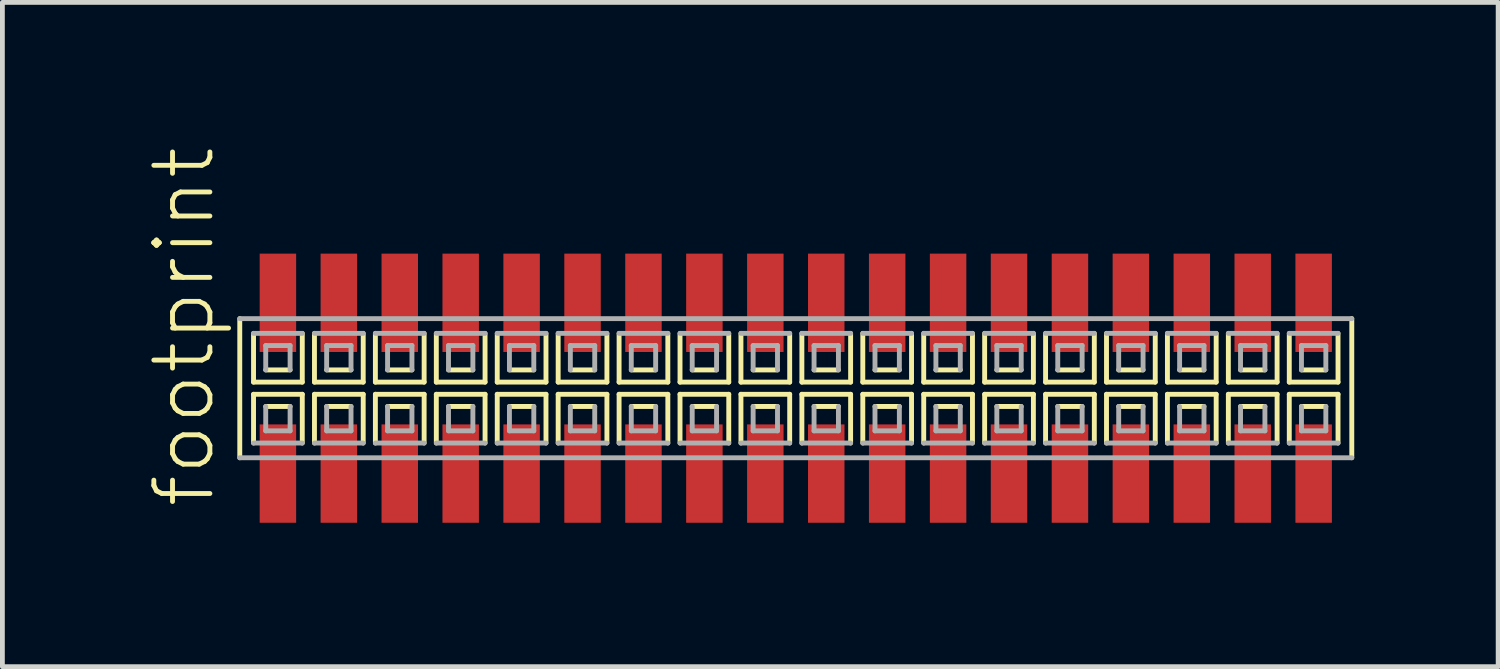
<source format=kicad_pcb>
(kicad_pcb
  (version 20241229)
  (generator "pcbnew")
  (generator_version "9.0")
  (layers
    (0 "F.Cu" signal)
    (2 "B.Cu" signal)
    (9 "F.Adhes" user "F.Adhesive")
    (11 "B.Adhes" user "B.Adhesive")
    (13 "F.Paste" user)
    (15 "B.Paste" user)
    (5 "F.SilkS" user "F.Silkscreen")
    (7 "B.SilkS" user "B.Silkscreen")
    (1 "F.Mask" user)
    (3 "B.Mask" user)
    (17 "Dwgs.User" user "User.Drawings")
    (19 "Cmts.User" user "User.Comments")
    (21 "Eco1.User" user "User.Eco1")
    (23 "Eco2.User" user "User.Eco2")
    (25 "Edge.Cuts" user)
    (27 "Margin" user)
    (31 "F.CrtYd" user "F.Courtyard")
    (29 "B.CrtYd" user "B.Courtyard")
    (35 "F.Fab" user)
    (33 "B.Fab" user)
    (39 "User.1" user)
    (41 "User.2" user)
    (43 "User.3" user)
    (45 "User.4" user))
  (footprint "footprint"
    (layer "F.Cu")
    (at 13.538 5.042)
    (property "Reference" "footprint" (at -12.065 2.54 90) (layer "F.SilkS") (effects (font (size 1.168 1.168) (thickness 0.102)) (justify left bottom)))
    (fp_line (start -11.59 -1.45) (end -11.59 1.45) (stroke (width 0.102) (type solid)) (layer "F.SilkS"))
    (fp_line (start -11.303 -1.143) (end -11.303 -0.127) (stroke (width 0.102) (type solid)) (layer "F.SilkS"))
    (fp_line (start -11.303 -0.127) (end -10.287 -0.127) (stroke (width 0.102) (type solid)) (layer "F.SilkS"))
    (fp_line (start -11.303 0.127) (end -11.303 1.143) (stroke (width 0.102) (type solid)) (layer "F.SilkS"))
    (fp_line (start -11.049 -0.381) (end -10.541 -0.381) (stroke (width 0.102) (type solid)) (layer "F.SilkS"))
    (fp_line (start -10.541 0.381) (end -11.049 0.381) (stroke (width 0.102) (type solid)) (layer "F.SilkS"))
    (fp_line (start -10.287 -0.127) (end -10.287 -1.143) (stroke (width 0.102) (type solid)) (layer "F.SilkS"))
    (fp_line (start -10.287 0.127) (end -11.303 0.127) (stroke (width 0.102) (type solid)) (layer "F.SilkS"))
    (fp_line (start -10.287 1.143) (end -10.287 0.127) (stroke (width 0.102) (type solid)) (layer "F.SilkS"))
    (fp_line (start -10.033 -1.143) (end -10.033 -0.127) (stroke (width 0.102) (type solid)) (layer "F.SilkS"))
    (fp_line (start -10.033 -0.127) (end -9.017 -0.127) (stroke (width 0.102) (type solid)) (layer "F.SilkS"))
    (fp_line (start -10.033 0.127) (end -10.033 1.143) (stroke (width 0.102) (type solid)) (layer "F.SilkS"))
    (fp_line (start -9.779 -0.381) (end -9.271 -0.381) (stroke (width 0.102) (type solid)) (layer "F.SilkS"))
    (fp_line (start -9.271 0.381) (end -9.779 0.381) (stroke (width 0.102) (type solid)) (layer "F.SilkS"))
    (fp_line (start -9.017 -0.127) (end -9.017 -1.143) (stroke (width 0.102) (type solid)) (layer "F.SilkS"))
    (fp_line (start -9.017 0.127) (end -10.033 0.127) (stroke (width 0.102) (type solid)) (layer "F.SilkS"))
    (fp_line (start -9.017 1.143) (end -9.017 0.127) (stroke (width 0.102) (type solid)) (layer "F.SilkS"))
    (fp_line (start -8.763 -1.143) (end -8.763 -0.127) (stroke (width 0.102) (type solid)) (layer "F.SilkS"))
    (fp_line (start -8.763 -0.127) (end -7.747 -0.127) (stroke (width 0.102) (type solid)) (layer "F.SilkS"))
    (fp_line (start -8.763 0.127) (end -8.763 1.143) (stroke (width 0.102) (type solid)) (layer "F.SilkS"))
    (fp_line (start -8.509 -0.381) (end -8.001 -0.381) (stroke (width 0.102) (type solid)) (layer "F.SilkS"))
    (fp_line (start -8.001 0.381) (end -8.509 0.381) (stroke (width 0.102) (type solid)) (layer "F.SilkS"))
    (fp_line (start -7.747 -0.127) (end -7.747 -1.143) (stroke (width 0.102) (type solid)) (layer "F.SilkS"))
    (fp_line (start -7.747 0.127) (end -8.763 0.127) (stroke (width 0.102) (type solid)) (layer "F.SilkS"))
    (fp_line (start -7.747 1.143) (end -7.747 0.127) (stroke (width 0.102) (type solid)) (layer "F.SilkS"))
    (fp_line (start -7.493 -1.143) (end -7.493 -0.127) (stroke (width 0.102) (type solid)) (layer "F.SilkS"))
    (fp_line (start -7.493 -0.127) (end -6.477 -0.127) (stroke (width 0.102) (type solid)) (layer "F.SilkS"))
    (fp_line (start -7.493 0.127) (end -7.493 1.143) (stroke (width 0.102) (type solid)) (layer "F.SilkS"))
    (fp_line (start -7.239 -0.381) (end -6.731 -0.381) (stroke (width 0.102) (type solid)) (layer "F.SilkS"))
    (fp_line (start -6.731 0.381) (end -7.239 0.381) (stroke (width 0.102) (type solid)) (layer "F.SilkS"))
    (fp_line (start -6.477 -0.127) (end -6.477 -1.143) (stroke (width 0.102) (type solid)) (layer "F.SilkS"))
    (fp_line (start -6.477 0.127) (end -7.493 0.127) (stroke (width 0.102) (type solid)) (layer "F.SilkS"))
    (fp_line (start -6.477 1.143) (end -6.477 0.127) (stroke (width 0.102) (type solid)) (layer "F.SilkS"))
    (fp_line (start -6.223 -1.143) (end -6.223 -0.127) (stroke (width 0.102) (type solid)) (layer "F.SilkS"))
    (fp_line (start -6.223 -0.127) (end -5.207 -0.127) (stroke (width 0.102) (type solid)) (layer "F.SilkS"))
    (fp_line (start -6.223 0.127) (end -6.223 1.143) (stroke (width 0.102) (type solid)) (layer "F.SilkS"))
    (fp_line (start -5.969 -0.381) (end -5.461 -0.381) (stroke (width 0.102) (type solid)) (layer "F.SilkS"))
    (fp_line (start -5.461 0.381) (end -5.969 0.381) (stroke (width 0.102) (type solid)) (layer "F.SilkS"))
    (fp_line (start -5.207 -0.127) (end -5.207 -1.143) (stroke (width 0.102) (type solid)) (layer "F.SilkS"))
    (fp_line (start -5.207 0.127) (end -6.223 0.127) (stroke (width 0.102) (type solid)) (layer "F.SilkS"))
    (fp_line (start -5.207 1.143) (end -5.207 0.127) (stroke (width 0.102) (type solid)) (layer "F.SilkS"))
    (fp_line (start -4.953 -1.143) (end -4.953 -0.127) (stroke (width 0.102) (type solid)) (layer "F.SilkS"))
    (fp_line (start -4.953 -0.127) (end -3.937 -0.127) (stroke (width 0.102) (type solid)) (layer "F.SilkS"))
    (fp_line (start -4.953 0.127) (end -4.953 1.143) (stroke (width 0.102) (type solid)) (layer "F.SilkS"))
    (fp_line (start -4.699 -0.381) (end -4.191 -0.381) (stroke (width 0.102) (type solid)) (layer "F.SilkS"))
    (fp_line (start -4.191 0.381) (end -4.699 0.381) (stroke (width 0.102) (type solid)) (layer "F.SilkS"))
    (fp_line (start -3.937 -0.127) (end -3.937 -1.143) (stroke (width 0.102) (type solid)) (layer "F.SilkS"))
    (fp_line (start -3.937 0.127) (end -4.953 0.127) (stroke (width 0.102) (type solid)) (layer "F.SilkS"))
    (fp_line (start -3.937 1.143) (end -3.937 0.127) (stroke (width 0.102) (type solid)) (layer "F.SilkS"))
    (fp_line (start -3.683 -1.143) (end -3.683 -0.127) (stroke (width 0.102) (type solid)) (layer "F.SilkS"))
    (fp_line (start -3.683 -0.127) (end -2.667 -0.127) (stroke (width 0.102) (type solid)) (layer "F.SilkS"))
    (fp_line (start -3.683 0.127) (end -3.683 1.143) (stroke (width 0.102) (type solid)) (layer "F.SilkS"))
    (fp_line (start -3.429 -0.381) (end -2.921 -0.381) (stroke (width 0.102) (type solid)) (layer "F.SilkS"))
    (fp_line (start -2.921 0.381) (end -3.429 0.381) (stroke (width 0.102) (type solid)) (layer "F.SilkS"))
    (fp_line (start -2.667 -0.127) (end -2.667 -1.143) (stroke (width 0.102) (type solid)) (layer "F.SilkS"))
    (fp_line (start -2.667 0.127) (end -3.683 0.127) (stroke (width 0.102) (type solid)) (layer "F.SilkS"))
    (fp_line (start -2.667 1.143) (end -2.667 0.127) (stroke (width 0.102) (type solid)) (layer "F.SilkS"))
    (fp_line (start -2.413 -1.143) (end -2.413 -0.127) (stroke (width 0.102) (type solid)) (layer "F.SilkS"))
    (fp_line (start -2.413 -0.127) (end -1.397 -0.127) (stroke (width 0.102) (type solid)) (layer "F.SilkS"))
    (fp_line (start -2.413 0.127) (end -2.413 1.143) (stroke (width 0.102) (type solid)) (layer "F.SilkS"))
    (fp_line (start -2.159 -0.381) (end -1.651 -0.381) (stroke (width 0.102) (type solid)) (layer "F.SilkS"))
    (fp_line (start -1.651 0.381) (end -2.159 0.381) (stroke (width 0.102) (type solid)) (layer "F.SilkS"))
    (fp_line (start -1.397 -0.127) (end -1.397 -1.143) (stroke (width 0.102) (type solid)) (layer "F.SilkS"))
    (fp_line (start -1.397 0.127) (end -2.413 0.127) (stroke (width 0.102) (type solid)) (layer "F.SilkS"))
    (fp_line (start -1.397 1.143) (end -1.397 0.127) (stroke (width 0.102) (type solid)) (layer "F.SilkS"))
    (fp_line (start -1.143 -1.143) (end -1.143 -0.127) (stroke (width 0.102) (type solid)) (layer "F.SilkS"))
    (fp_line (start -1.143 -0.127) (end -0.127 -0.127) (stroke (width 0.102) (type solid)) (layer "F.SilkS"))
    (fp_line (start -1.143 0.127) (end -1.143 1.143) (stroke (width 0.102) (type solid)) (layer "F.SilkS"))
    (fp_line (start -0.889 -0.381) (end -0.381 -0.381) (stroke (width 0.102) (type solid)) (layer "F.SilkS"))
    (fp_line (start -0.381 0.381) (end -0.889 0.381) (stroke (width 0.102) (type solid)) (layer "F.SilkS"))
    (fp_line (start -0.127 -0.127) (end -0.127 -1.143) (stroke (width 0.102) (type solid)) (layer "F.SilkS"))
    (fp_line (start -0.127 0.127) (end -1.143 0.127) (stroke (width 0.102) (type solid)) (layer "F.SilkS"))
    (fp_line (start -0.127 1.143) (end -0.127 0.127) (stroke (width 0.102) (type solid)) (layer "F.SilkS"))
    (fp_line (start 0.127 -1.143) (end 0.127 -0.127) (stroke (width 0.102) (type solid)) (layer "F.SilkS"))
    (fp_line (start 0.127 -0.127) (end 1.143 -0.127) (stroke (width 0.102) (type solid)) (layer "F.SilkS"))
    (fp_line (start 0.127 0.127) (end 0.127 1.143) (stroke (width 0.102) (type solid)) (layer "F.SilkS"))
    (fp_line (start 0.381 -0.381) (end 0.889 -0.381) (stroke (width 0.102) (type solid)) (layer "F.SilkS"))
    (fp_line (start 0.889 0.381) (end 0.381 0.381) (stroke (width 0.102) (type solid)) (layer "F.SilkS"))
    (fp_line (start 1.143 -0.127) (end 1.143 -1.143) (stroke (width 0.102) (type solid)) (layer "F.SilkS"))
    (fp_line (start 1.143 0.127) (end 0.127 0.127) (stroke (width 0.102) (type solid)) (layer "F.SilkS"))
    (fp_line (start 1.143 1.143) (end 1.143 0.127) (stroke (width 0.102) (type solid)) (layer "F.SilkS"))
    (fp_line (start 1.397 -1.143) (end 1.397 -0.127) (stroke (width 0.102) (type solid)) (layer "F.SilkS"))
    (fp_line (start 1.397 -0.127) (end 2.413 -0.127) (stroke (width 0.102) (type solid)) (layer "F.SilkS"))
    (fp_line (start 1.397 0.127) (end 1.397 1.143) (stroke (width 0.102) (type solid)) (layer "F.SilkS"))
    (fp_line (start 1.651 -0.381) (end 2.159 -0.381) (stroke (width 0.102) (type solid)) (layer "F.SilkS"))
    (fp_line (start 2.159 0.381) (end 1.651 0.381) (stroke (width 0.102) (type solid)) (layer "F.SilkS"))
    (fp_line (start 2.413 -0.127) (end 2.413 -1.143) (stroke (width 0.102) (type solid)) (layer "F.SilkS"))
    (fp_line (start 2.413 0.127) (end 1.397 0.127) (stroke (width 0.102) (type solid)) (layer "F.SilkS"))
    (fp_line (start 2.413 1.143) (end 2.413 0.127) (stroke (width 0.102) (type solid)) (layer "F.SilkS"))
    (fp_line (start 2.667 -1.143) (end 2.667 -0.127) (stroke (width 0.102) (type solid)) (layer "F.SilkS"))
    (fp_line (start 2.667 -0.127) (end 3.683 -0.127) (stroke (width 0.102) (type solid)) (layer "F.SilkS"))
    (fp_line (start 2.667 0.127) (end 2.667 1.143) (stroke (width 0.102) (type solid)) (layer "F.SilkS"))
    (fp_line (start 2.921 -0.381) (end 3.429 -0.381) (stroke (width 0.102) (type solid)) (layer "F.SilkS"))
    (fp_line (start 3.429 0.381) (end 2.921 0.381) (stroke (width 0.102) (type solid)) (layer "F.SilkS"))
    (fp_line (start 3.683 -0.127) (end 3.683 -1.143) (stroke (width 0.102) (type solid)) (layer "F.SilkS"))
    (fp_line (start 3.683 0.127) (end 2.667 0.127) (stroke (width 0.102) (type solid)) (layer "F.SilkS"))
    (fp_line (start 3.683 1.143) (end 3.683 0.127) (stroke (width 0.102) (type solid)) (layer "F.SilkS"))
    (fp_line (start 3.937 -1.143) (end 3.937 -0.127) (stroke (width 0.102) (type solid)) (layer "F.SilkS"))
    (fp_line (start 3.937 -0.127) (end 4.953 -0.127) (stroke (width 0.102) (type solid)) (layer "F.SilkS"))
    (fp_line (start 3.937 0.127) (end 3.937 1.143) (stroke (width 0.102) (type solid)) (layer "F.SilkS"))
    (fp_line (start 4.191 -0.381) (end 4.699 -0.381) (stroke (width 0.102) (type solid)) (layer "F.SilkS"))
    (fp_line (start 4.699 0.381) (end 4.191 0.381) (stroke (width 0.102) (type solid)) (layer "F.SilkS"))
    (fp_line (start 4.953 -0.127) (end 4.953 -1.143) (stroke (width 0.102) (type solid)) (layer "F.SilkS"))
    (fp_line (start 4.953 0.127) (end 3.937 0.127) (stroke (width 0.102) (type solid)) (layer "F.SilkS"))
    (fp_line (start 4.953 1.143) (end 4.953 0.127) (stroke (width 0.102) (type solid)) (layer "F.SilkS"))
    (fp_line (start 5.207 -1.143) (end 5.207 -0.127) (stroke (width 0.102) (type solid)) (layer "F.SilkS"))
    (fp_line (start 5.207 -0.127) (end 6.223 -0.127) (stroke (width 0.102) (type solid)) (layer "F.SilkS"))
    (fp_line (start 5.207 0.127) (end 5.207 1.143) (stroke (width 0.102) (type solid)) (layer "F.SilkS"))
    (fp_line (start 5.461 -0.381) (end 5.969 -0.381) (stroke (width 0.102) (type solid)) (layer "F.SilkS"))
    (fp_line (start 5.969 0.381) (end 5.461 0.381) (stroke (width 0.102) (type solid)) (layer "F.SilkS"))
    (fp_line (start 6.223 -0.127) (end 6.223 -1.143) (stroke (width 0.102) (type solid)) (layer "F.SilkS"))
    (fp_line (start 6.223 0.127) (end 5.207 0.127) (stroke (width 0.102) (type solid)) (layer "F.SilkS"))
    (fp_line (start 6.223 1.143) (end 6.223 0.127) (stroke (width 0.102) (type solid)) (layer "F.SilkS"))
    (fp_line (start 6.477 -1.143) (end 6.477 -0.127) (stroke (width 0.102) (type solid)) (layer "F.SilkS"))
    (fp_line (start 6.477 -0.127) (end 7.493 -0.127) (stroke (width 0.102) (type solid)) (layer "F.SilkS"))
    (fp_line (start 6.477 0.127) (end 6.477 1.143) (stroke (width 0.102) (type solid)) (layer "F.SilkS"))
    (fp_line (start 6.731 -0.381) (end 7.239 -0.381) (stroke (width 0.102) (type solid)) (layer "F.SilkS"))
    (fp_line (start 7.239 0.381) (end 6.731 0.381) (stroke (width 0.102) (type solid)) (layer "F.SilkS"))
    (fp_line (start 7.493 -0.127) (end 7.493 -1.143) (stroke (width 0.102) (type solid)) (layer "F.SilkS"))
    (fp_line (start 7.493 0.127) (end 6.477 0.127) (stroke (width 0.102) (type solid)) (layer "F.SilkS"))
    (fp_line (start 7.493 1.143) (end 7.493 0.127) (stroke (width 0.102) (type solid)) (layer "F.SilkS"))
    (fp_line (start 7.747 -1.143) (end 7.747 -0.127) (stroke (width 0.102) (type solid)) (layer "F.SilkS"))
    (fp_line (start 7.747 -0.127) (end 8.763 -0.127) (stroke (width 0.102) (type solid)) (layer "F.SilkS"))
    (fp_line (start 7.747 0.127) (end 7.747 1.143) (stroke (width 0.102) (type solid)) (layer "F.SilkS"))
    (fp_line (start 8.001 -0.381) (end 8.509 -0.381) (stroke (width 0.102) (type solid)) (layer "F.SilkS"))
    (fp_line (start 8.509 0.381) (end 8.001 0.381) (stroke (width 0.102) (type solid)) (layer "F.SilkS"))
    (fp_line (start 8.763 -0.127) (end 8.763 -1.143) (stroke (width 0.102) (type solid)) (layer "F.SilkS"))
    (fp_line (start 8.763 0.127) (end 7.747 0.127) (stroke (width 0.102) (type solid)) (layer "F.SilkS"))
    (fp_line (start 8.763 1.143) (end 8.763 0.127) (stroke (width 0.102) (type solid)) (layer "F.SilkS"))
    (fp_line (start 9.017 -1.143) (end 9.017 -0.127) (stroke (width 0.102) (type solid)) (layer "F.SilkS"))
    (fp_line (start 9.017 -0.127) (end 10.033 -0.127) (stroke (width 0.102) (type solid)) (layer "F.SilkS"))
    (fp_line (start 9.017 0.127) (end 9.017 1.143) (stroke (width 0.102) (type solid)) (layer "F.SilkS"))
    (fp_line (start 9.271 -0.381) (end 9.779 -0.381) (stroke (width 0.102) (type solid)) (layer "F.SilkS"))
    (fp_line (start 9.779 0.381) (end 9.271 0.381) (stroke (width 0.102) (type solid)) (layer "F.SilkS"))
    (fp_line (start 10.033 -0.127) (end 10.033 -1.143) (stroke (width 0.102) (type solid)) (layer "F.SilkS"))
    (fp_line (start 10.033 0.127) (end 9.017 0.127) (stroke (width 0.102) (type solid)) (layer "F.SilkS"))
    (fp_line (start 10.033 1.143) (end 10.033 0.127) (stroke (width 0.102) (type solid)) (layer "F.SilkS"))
    (fp_line (start 10.287 -1.143) (end 10.287 -0.127) (stroke (width 0.102) (type solid)) (layer "F.SilkS"))
    (fp_line (start 10.287 -0.127) (end 11.303 -0.127) (stroke (width 0.102) (type solid)) (layer "F.SilkS"))
    (fp_line (start 10.287 0.127) (end 10.287 1.143) (stroke (width 0.102) (type solid)) (layer "F.SilkS"))
    (fp_line (start 10.541 -0.381) (end 11.049 -0.381) (stroke (width 0.102) (type solid)) (layer "F.SilkS"))
    (fp_line (start 11.049 0.381) (end 10.541 0.381) (stroke (width 0.102) (type solid)) (layer "F.SilkS"))
    (fp_line (start 11.303 -0.127) (end 11.303 -1.143) (stroke (width 0.102) (type solid)) (layer "F.SilkS"))
    (fp_line (start 11.303 0.127) (end 10.287 0.127) (stroke (width 0.102) (type solid)) (layer "F.SilkS"))
    (fp_line (start 11.303 1.143) (end 11.303 0.127) (stroke (width 0.102) (type solid)) (layer "F.SilkS"))
    (fp_line (start 11.59 1.45) (end 11.59 -1.45) (stroke (width 0.102) (type solid)) (layer "F.SilkS"))
    (fp_line (start -11.59 1.45) (end 11.59 1.45) (stroke (width 0.102) (type solid)) (layer "F.Fab"))
    (fp_line (start -11.303 1.143) (end -10.287 1.143) (stroke (width 0.102) (type solid)) (layer "F.Fab"))
    (fp_line (start -11.049 -0.889) (end -11.049 -0.381) (stroke (width 0.102) (type solid)) (layer "F.Fab"))
    (fp_line (start -11.049 0.381) (end -11.049 0.889) (stroke (width 0.102) (type solid)) (layer "F.Fab"))
    (fp_line (start -11.049 0.889) (end -10.541 0.889) (stroke (width 0.102) (type solid)) (layer "F.Fab"))
    (fp_line (start -10.541 -0.889) (end -11.049 -0.889) (stroke (width 0.102) (type solid)) (layer "F.Fab"))
    (fp_line (start -10.541 -0.381) (end -10.541 -0.889) (stroke (width 0.102) (type solid)) (layer "F.Fab"))
    (fp_line (start -10.541 0.889) (end -10.541 0.381) (stroke (width 0.102) (type solid)) (layer "F.Fab"))
    (fp_line (start -10.287 -1.143) (end -11.303 -1.143) (stroke (width 0.102) (type solid)) (layer "F.Fab"))
    (fp_line (start -10.033 1.143) (end -9.017 1.143) (stroke (width 0.102) (type solid)) (layer "F.Fab"))
    (fp_line (start -9.779 -0.889) (end -9.779 -0.381) (stroke (width 0.102) (type solid)) (layer "F.Fab"))
    (fp_line (start -9.779 0.381) (end -9.779 0.889) (stroke (width 0.102) (type solid)) (layer "F.Fab"))
    (fp_line (start -9.779 0.889) (end -9.271 0.889) (stroke (width 0.102) (type solid)) (layer "F.Fab"))
    (fp_line (start -9.271 -0.889) (end -9.779 -0.889) (stroke (width 0.102) (type solid)) (layer "F.Fab"))
    (fp_line (start -9.271 -0.381) (end -9.271 -0.889) (stroke (width 0.102) (type solid)) (layer "F.Fab"))
    (fp_line (start -9.271 0.889) (end -9.271 0.381) (stroke (width 0.102) (type solid)) (layer "F.Fab"))
    (fp_line (start -9.017 -1.143) (end -10.033 -1.143) (stroke (width 0.102) (type solid)) (layer "F.Fab"))
    (fp_line (start -8.763 1.143) (end -7.747 1.143) (stroke (width 0.102) (type solid)) (layer "F.Fab"))
    (fp_line (start -8.509 -0.889) (end -8.509 -0.381) (stroke (width 0.102) (type solid)) (layer "F.Fab"))
    (fp_line (start -8.509 0.381) (end -8.509 0.889) (stroke (width 0.102) (type solid)) (layer "F.Fab"))
    (fp_line (start -8.509 0.889) (end -8.001 0.889) (stroke (width 0.102) (type solid)) (layer "F.Fab"))
    (fp_line (start -8.001 -0.889) (end -8.509 -0.889) (stroke (width 0.102) (type solid)) (layer "F.Fab"))
    (fp_line (start -8.001 -0.381) (end -8.001 -0.889) (stroke (width 0.102) (type solid)) (layer "F.Fab"))
    (fp_line (start -8.001 0.889) (end -8.001 0.381) (stroke (width 0.102) (type solid)) (layer "F.Fab"))
    (fp_line (start -7.747 -1.143) (end -8.763 -1.143) (stroke (width 0.102) (type solid)) (layer "F.Fab"))
    (fp_line (start -7.493 1.143) (end -6.477 1.143) (stroke (width 0.102) (type solid)) (layer "F.Fab"))
    (fp_line (start -7.239 -0.889) (end -7.239 -0.381) (stroke (width 0.102) (type solid)) (layer "F.Fab"))
    (fp_line (start -7.239 0.381) (end -7.239 0.889) (stroke (width 0.102) (type solid)) (layer "F.Fab"))
    (fp_line (start -7.239 0.889) (end -6.731 0.889) (stroke (width 0.102) (type solid)) (layer "F.Fab"))
    (fp_line (start -6.731 -0.889) (end -7.239 -0.889) (stroke (width 0.102) (type solid)) (layer "F.Fab"))
    (fp_line (start -6.731 -0.381) (end -6.731 -0.889) (stroke (width 0.102) (type solid)) (layer "F.Fab"))
    (fp_line (start -6.731 0.889) (end -6.731 0.381) (stroke (width 0.102) (type solid)) (layer "F.Fab"))
    (fp_line (start -6.477 -1.143) (end -7.493 -1.143) (stroke (width 0.102) (type solid)) (layer "F.Fab"))
    (fp_line (start -6.223 1.143) (end -5.207 1.143) (stroke (width 0.102) (type solid)) (layer "F.Fab"))
    (fp_line (start -5.969 -0.889) (end -5.969 -0.381) (stroke (width 0.102) (type solid)) (layer "F.Fab"))
    (fp_line (start -5.969 0.381) (end -5.969 0.889) (stroke (width 0.102) (type solid)) (layer "F.Fab"))
    (fp_line (start -5.969 0.889) (end -5.461 0.889) (stroke (width 0.102) (type solid)) (layer "F.Fab"))
    (fp_line (start -5.461 -0.889) (end -5.969 -0.889) (stroke (width 0.102) (type solid)) (layer "F.Fab"))
    (fp_line (start -5.461 -0.381) (end -5.461 -0.889) (stroke (width 0.102) (type solid)) (layer "F.Fab"))
    (fp_line (start -5.461 0.889) (end -5.461 0.381) (stroke (width 0.102) (type solid)) (layer "F.Fab"))
    (fp_line (start -5.207 -1.143) (end -6.223 -1.143) (stroke (width 0.102) (type solid)) (layer "F.Fab"))
    (fp_line (start -4.953 1.143) (end -3.937 1.143) (stroke (width 0.102) (type solid)) (layer "F.Fab"))
    (fp_line (start -4.699 -0.889) (end -4.699 -0.381) (stroke (width 0.102) (type solid)) (layer "F.Fab"))
    (fp_line (start -4.699 0.381) (end -4.699 0.889) (stroke (width 0.102) (type solid)) (layer "F.Fab"))
    (fp_line (start -4.699 0.889) (end -4.191 0.889) (stroke (width 0.102) (type solid)) (layer "F.Fab"))
    (fp_line (start -4.191 -0.889) (end -4.699 -0.889) (stroke (width 0.102) (type solid)) (layer "F.Fab"))
    (fp_line (start -4.191 -0.381) (end -4.191 -0.889) (stroke (width 0.102) (type solid)) (layer "F.Fab"))
    (fp_line (start -4.191 0.889) (end -4.191 0.381) (stroke (width 0.102) (type solid)) (layer "F.Fab"))
    (fp_line (start -3.937 -1.143) (end -4.953 -1.143) (stroke (width 0.102) (type solid)) (layer "F.Fab"))
    (fp_line (start -3.683 1.143) (end -2.667 1.143) (stroke (width 0.102) (type solid)) (layer "F.Fab"))
    (fp_line (start -3.429 -0.889) (end -3.429 -0.381) (stroke (width 0.102) (type solid)) (layer "F.Fab"))
    (fp_line (start -3.429 0.381) (end -3.429 0.889) (stroke (width 0.102) (type solid)) (layer "F.Fab"))
    (fp_line (start -3.429 0.889) (end -2.921 0.889) (stroke (width 0.102) (type solid)) (layer "F.Fab"))
    (fp_line (start -2.921 -0.889) (end -3.429 -0.889) (stroke (width 0.102) (type solid)) (layer "F.Fab"))
    (fp_line (start -2.921 -0.381) (end -2.921 -0.889) (stroke (width 0.102) (type solid)) (layer "F.Fab"))
    (fp_line (start -2.921 0.889) (end -2.921 0.381) (stroke (width 0.102) (type solid)) (layer "F.Fab"))
    (fp_line (start -2.667 -1.143) (end -3.683 -1.143) (stroke (width 0.102) (type solid)) (layer "F.Fab"))
    (fp_line (start -2.413 1.143) (end -1.397 1.143) (stroke (width 0.102) (type solid)) (layer "F.Fab"))
    (fp_line (start -2.159 -0.889) (end -2.159 -0.381) (stroke (width 0.102) (type solid)) (layer "F.Fab"))
    (fp_line (start -2.159 0.381) (end -2.159 0.889) (stroke (width 0.102) (type solid)) (layer "F.Fab"))
    (fp_line (start -2.159 0.889) (end -1.651 0.889) (stroke (width 0.102) (type solid)) (layer "F.Fab"))
    (fp_line (start -1.651 -0.889) (end -2.159 -0.889) (stroke (width 0.102) (type solid)) (layer "F.Fab"))
    (fp_line (start -1.651 -0.381) (end -1.651 -0.889) (stroke (width 0.102) (type solid)) (layer "F.Fab"))
    (fp_line (start -1.651 0.889) (end -1.651 0.381) (stroke (width 0.102) (type solid)) (layer "F.Fab"))
    (fp_line (start -1.397 -1.143) (end -2.413 -1.143) (stroke (width 0.102) (type solid)) (layer "F.Fab"))
    (fp_line (start -1.143 1.143) (end -0.127 1.143) (stroke (width 0.102) (type solid)) (layer "F.Fab"))
    (fp_line (start -0.889 -0.889) (end -0.889 -0.381) (stroke (width 0.102) (type solid)) (layer "F.Fab"))
    (fp_line (start -0.889 0.381) (end -0.889 0.889) (stroke (width 0.102) (type solid)) (layer "F.Fab"))
    (fp_line (start -0.889 0.889) (end -0.381 0.889) (stroke (width 0.102) (type solid)) (layer "F.Fab"))
    (fp_line (start -0.381 -0.889) (end -0.889 -0.889) (stroke (width 0.102) (type solid)) (layer "F.Fab"))
    (fp_line (start -0.381 -0.381) (end -0.381 -0.889) (stroke (width 0.102) (type solid)) (layer "F.Fab"))
    (fp_line (start -0.381 0.889) (end -0.381 0.381) (stroke (width 0.102) (type solid)) (layer "F.Fab"))
    (fp_line (start -0.127 -1.143) (end -1.143 -1.143) (stroke (width 0.102) (type solid)) (layer "F.Fab"))
    (fp_line (start 0.127 1.143) (end 1.143 1.143) (stroke (width 0.102) (type solid)) (layer "F.Fab"))
    (fp_line (start 0.381 -0.889) (end 0.381 -0.381) (stroke (width 0.102) (type solid)) (layer "F.Fab"))
    (fp_line (start 0.381 0.381) (end 0.381 0.889) (stroke (width 0.102) (type solid)) (layer "F.Fab"))
    (fp_line (start 0.381 0.889) (end 0.889 0.889) (stroke (width 0.102) (type solid)) (layer "F.Fab"))
    (fp_line (start 0.889 -0.889) (end 0.381 -0.889) (stroke (width 0.102) (type solid)) (layer "F.Fab"))
    (fp_line (start 0.889 -0.381) (end 0.889 -0.889) (stroke (width 0.102) (type solid)) (layer "F.Fab"))
    (fp_line (start 0.889 0.889) (end 0.889 0.381) (stroke (width 0.102) (type solid)) (layer "F.Fab"))
    (fp_line (start 1.143 -1.143) (end 0.127 -1.143) (stroke (width 0.102) (type solid)) (layer "F.Fab"))
    (fp_line (start 1.397 1.143) (end 2.413 1.143) (stroke (width 0.102) (type solid)) (layer "F.Fab"))
    (fp_line (start 1.651 -0.889) (end 1.651 -0.381) (stroke (width 0.102) (type solid)) (layer "F.Fab"))
    (fp_line (start 1.651 0.381) (end 1.651 0.889) (stroke (width 0.102) (type solid)) (layer "F.Fab"))
    (fp_line (start 1.651 0.889) (end 2.159 0.889) (stroke (width 0.102) (type solid)) (layer "F.Fab"))
    (fp_line (start 2.159 -0.889) (end 1.651 -0.889) (stroke (width 0.102) (type solid)) (layer "F.Fab"))
    (fp_line (start 2.159 -0.381) (end 2.159 -0.889) (stroke (width 0.102) (type solid)) (layer "F.Fab"))
    (fp_line (start 2.159 0.889) (end 2.159 0.381) (stroke (width 0.102) (type solid)) (layer "F.Fab"))
    (fp_line (start 2.413 -1.143) (end 1.397 -1.143) (stroke (width 0.102) (type solid)) (layer "F.Fab"))
    (fp_line (start 2.667 1.143) (end 3.683 1.143) (stroke (width 0.102) (type solid)) (layer "F.Fab"))
    (fp_line (start 2.921 -0.889) (end 2.921 -0.381) (stroke (width 0.102) (type solid)) (layer "F.Fab"))
    (fp_line (start 2.921 0.381) (end 2.921 0.889) (stroke (width 0.102) (type solid)) (layer "F.Fab"))
    (fp_line (start 2.921 0.889) (end 3.429 0.889) (stroke (width 0.102) (type solid)) (layer "F.Fab"))
    (fp_line (start 3.429 -0.889) (end 2.921 -0.889) (stroke (width 0.102) (type solid)) (layer "F.Fab"))
    (fp_line (start 3.429 -0.381) (end 3.429 -0.889) (stroke (width 0.102) (type solid)) (layer "F.Fab"))
    (fp_line (start 3.429 0.889) (end 3.429 0.381) (stroke (width 0.102) (type solid)) (layer "F.Fab"))
    (fp_line (start 3.683 -1.143) (end 2.667 -1.143) (stroke (width 0.102) (type solid)) (layer "F.Fab"))
    (fp_line (start 3.937 1.143) (end 4.953 1.143) (stroke (width 0.102) (type solid)) (layer "F.Fab"))
    (fp_line (start 4.191 -0.889) (end 4.191 -0.381) (stroke (width 0.102) (type solid)) (layer "F.Fab"))
    (fp_line (start 4.191 0.381) (end 4.191 0.889) (stroke (width 0.102) (type solid)) (layer "F.Fab"))
    (fp_line (start 4.191 0.889) (end 4.699 0.889) (stroke (width 0.102) (type solid)) (layer "F.Fab"))
    (fp_line (start 4.699 -0.889) (end 4.191 -0.889) (stroke (width 0.102) (type solid)) (layer "F.Fab"))
    (fp_line (start 4.699 -0.381) (end 4.699 -0.889) (stroke (width 0.102) (type solid)) (layer "F.Fab"))
    (fp_line (start 4.699 0.889) (end 4.699 0.381) (stroke (width 0.102) (type solid)) (layer "F.Fab"))
    (fp_line (start 4.953 -1.143) (end 3.937 -1.143) (stroke (width 0.102) (type solid)) (layer "F.Fab"))
    (fp_line (start 5.207 1.143) (end 6.223 1.143) (stroke (width 0.102) (type solid)) (layer "F.Fab"))
    (fp_line (start 5.461 -0.889) (end 5.461 -0.381) (stroke (width 0.102) (type solid)) (layer "F.Fab"))
    (fp_line (start 5.461 0.381) (end 5.461 0.889) (stroke (width 0.102) (type solid)) (layer "F.Fab"))
    (fp_line (start 5.461 0.889) (end 5.969 0.889) (stroke (width 0.102) (type solid)) (layer "F.Fab"))
    (fp_line (start 5.969 -0.889) (end 5.461 -0.889) (stroke (width 0.102) (type solid)) (layer "F.Fab"))
    (fp_line (start 5.969 -0.381) (end 5.969 -0.889) (stroke (width 0.102) (type solid)) (layer "F.Fab"))
    (fp_line (start 5.969 0.889) (end 5.969 0.381) (stroke (width 0.102) (type solid)) (layer "F.Fab"))
    (fp_line (start 6.223 -1.143) (end 5.207 -1.143) (stroke (width 0.102) (type solid)) (layer "F.Fab"))
    (fp_line (start 6.477 1.143) (end 7.493 1.143) (stroke (width 0.102) (type solid)) (layer "F.Fab"))
    (fp_line (start 6.731 -0.889) (end 6.731 -0.381) (stroke (width 0.102) (type solid)) (layer "F.Fab"))
    (fp_line (start 6.731 0.381) (end 6.731 0.889) (stroke (width 0.102) (type solid)) (layer "F.Fab"))
    (fp_line (start 6.731 0.889) (end 7.239 0.889) (stroke (width 0.102) (type solid)) (layer "F.Fab"))
    (fp_line (start 7.239 -0.889) (end 6.731 -0.889) (stroke (width 0.102) (type solid)) (layer "F.Fab"))
    (fp_line (start 7.239 -0.381) (end 7.239 -0.889) (stroke (width 0.102) (type solid)) (layer "F.Fab"))
    (fp_line (start 7.239 0.889) (end 7.239 0.381) (stroke (width 0.102) (type solid)) (layer "F.Fab"))
    (fp_line (start 7.493 -1.143) (end 6.477 -1.143) (stroke (width 0.102) (type solid)) (layer "F.Fab"))
    (fp_line (start 7.747 1.143) (end 8.763 1.143) (stroke (width 0.102) (type solid)) (layer "F.Fab"))
    (fp_line (start 8.001 -0.889) (end 8.001 -0.381) (stroke (width 0.102) (type solid)) (layer "F.Fab"))
    (fp_line (start 8.001 0.381) (end 8.001 0.889) (stroke (width 0.102) (type solid)) (layer "F.Fab"))
    (fp_line (start 8.001 0.889) (end 8.509 0.889) (stroke (width 0.102) (type solid)) (layer "F.Fab"))
    (fp_line (start 8.509 -0.889) (end 8.001 -0.889) (stroke (width 0.102) (type solid)) (layer "F.Fab"))
    (fp_line (start 8.509 -0.381) (end 8.509 -0.889) (stroke (width 0.102) (type solid)) (layer "F.Fab"))
    (fp_line (start 8.509 0.889) (end 8.509 0.381) (stroke (width 0.102) (type solid)) (layer "F.Fab"))
    (fp_line (start 8.763 -1.143) (end 7.747 -1.143) (stroke (width 0.102) (type solid)) (layer "F.Fab"))
    (fp_line (start 9.017 1.143) (end 10.033 1.143) (stroke (width 0.102) (type solid)) (layer "F.Fab"))
    (fp_line (start 9.271 -0.889) (end 9.271 -0.381) (stroke (width 0.102) (type solid)) (layer "F.Fab"))
    (fp_line (start 9.271 0.381) (end 9.271 0.889) (stroke (width 0.102) (type solid)) (layer "F.Fab"))
    (fp_line (start 9.271 0.889) (end 9.779 0.889) (stroke (width 0.102) (type solid)) (layer "F.Fab"))
    (fp_line (start 9.779 -0.889) (end 9.271 -0.889) (stroke (width 0.102) (type solid)) (layer "F.Fab"))
    (fp_line (start 9.779 -0.381) (end 9.779 -0.889) (stroke (width 0.102) (type solid)) (layer "F.Fab"))
    (fp_line (start 9.779 0.889) (end 9.779 0.381) (stroke (width 0.102) (type solid)) (layer "F.Fab"))
    (fp_line (start 10.033 -1.143) (end 9.017 -1.143) (stroke (width 0.102) (type solid)) (layer "F.Fab"))
    (fp_line (start 10.287 1.143) (end 11.303 1.143) (stroke (width 0.102) (type solid)) (layer "F.Fab"))
    (fp_line (start 10.541 -0.889) (end 10.541 -0.381) (stroke (width 0.102) (type solid)) (layer "F.Fab"))
    (fp_line (start 10.541 0.381) (end 10.541 0.889) (stroke (width 0.102) (type solid)) (layer "F.Fab"))
    (fp_line (start 10.541 0.889) (end 11.049 0.889) (stroke (width 0.102) (type solid)) (layer "F.Fab"))
    (fp_line (start 11.049 -0.889) (end 10.541 -0.889) (stroke (width 0.102) (type solid)) (layer "F.Fab"))
    (fp_line (start 11.049 -0.381) (end 11.049 -0.889) (stroke (width 0.102) (type solid)) (layer "F.Fab"))
    (fp_line (start 11.049 0.889) (end 11.049 0.381) (stroke (width 0.102) (type solid)) (layer "F.Fab"))
    (fp_line (start 11.303 -1.143) (end 10.287 -1.143) (stroke (width 0.102) (type solid)) (layer "F.Fab"))
    (fp_line (start 11.59 -1.45) (end -11.59 -1.45) (stroke (width 0.102) (type solid)) (layer "F.Fab"))
    (pad "1" smd rect (at -10.795 1.78) (size 0.76 2.05) (layers "F.Cu" "F.Mask" "F.Paste"))
    (pad "2" smd rect (at -10.795 -1.78) (size 0.76 2.05) (layers "F.Cu" "F.Mask" "F.Paste"))
    (pad "3" smd rect (at -9.525 1.78) (size 0.76 2.05) (layers "F.Cu" "F.Mask" "F.Paste"))
    (pad "4" smd rect (at -9.525 -1.78) (size 0.76 2.05) (layers "F.Cu" "F.Mask" "F.Paste"))
    (pad "5" smd rect (at -8.255 1.78) (size 0.76 2.05) (layers "F.Cu" "F.Mask" "F.Paste"))
    (pad "6" smd rect (at -8.255 -1.78) (size 0.76 2.05) (layers "F.Cu" "F.Mask" "F.Paste"))
    (pad "7" smd rect (at -6.985 1.78) (size 0.76 2.05) (layers "F.Cu" "F.Mask" "F.Paste"))
    (pad "8" smd rect (at -6.985 -1.78) (size 0.76 2.05) (layers "F.Cu" "F.Mask" "F.Paste"))
    (pad "9" smd rect (at -5.715 1.78) (size 0.76 2.05) (layers "F.Cu" "F.Mask" "F.Paste"))
    (pad "10" smd rect (at -5.715 -1.78) (size 0.76 2.05) (layers "F.Cu" "F.Mask" "F.Paste"))
    (pad "11" smd rect (at -4.445 1.78) (size 0.76 2.05) (layers "F.Cu" "F.Mask" "F.Paste"))
    (pad "12" smd rect (at -4.445 -1.78) (size 0.76 2.05) (layers "F.Cu" "F.Mask" "F.Paste"))
    (pad "13" smd rect (at -3.175 1.78) (size 0.76 2.05) (layers "F.Cu" "F.Mask" "F.Paste"))
    (pad "14" smd rect (at -3.175 -1.78) (size 0.76 2.05) (layers "F.Cu" "F.Mask" "F.Paste"))
    (pad "15" smd rect (at -1.905 1.78) (size 0.76 2.05) (layers "F.Cu" "F.Mask" "F.Paste"))
    (pad "16" smd rect (at -1.905 -1.78) (size 0.76 2.05) (layers "F.Cu" "F.Mask" "F.Paste"))
    (pad "17" smd rect (at -0.635 1.78) (size 0.76 2.05) (layers "F.Cu" "F.Mask" "F.Paste"))
    (pad "18" smd rect (at -0.635 -1.78) (size 0.76 2.05) (layers "F.Cu" "F.Mask" "F.Paste"))
    (pad "19" smd rect (at 0.635 1.78) (size 0.76 2.05) (layers "F.Cu" "F.Mask" "F.Paste"))
    (pad "20" smd rect (at 0.635 -1.78) (size 0.76 2.05) (layers "F.Cu" "F.Mask" "F.Paste"))
    (pad "21" smd rect (at 1.905 1.78) (size 0.76 2.05) (layers "F.Cu" "F.Mask" "F.Paste"))
    (pad "22" smd rect (at 1.905 -1.78) (size 0.76 2.05) (layers "F.Cu" "F.Mask" "F.Paste"))
    (pad "23" smd rect (at 3.175 1.78) (size 0.76 2.05) (layers "F.Cu" "F.Mask" "F.Paste"))
    (pad "24" smd rect (at 3.175 -1.78) (size 0.76 2.05) (layers "F.Cu" "F.Mask" "F.Paste"))
    (pad "25" smd rect (at 4.445 1.78) (size 0.76 2.05) (layers "F.Cu" "F.Mask" "F.Paste"))
    (pad "26" smd rect (at 4.445 -1.78) (size 0.76 2.05) (layers "F.Cu" "F.Mask" "F.Paste"))
    (pad "27" smd rect (at 5.715 1.78) (size 0.76 2.05) (layers "F.Cu" "F.Mask" "F.Paste"))
    (pad "28" smd rect (at 5.715 -1.78) (size 0.76 2.05) (layers "F.Cu" "F.Mask" "F.Paste"))
    (pad "29" smd rect (at 6.985 1.78) (size 0.76 2.05) (layers "F.Cu" "F.Mask" "F.Paste"))
    (pad "30" smd rect (at 6.985 -1.78) (size 0.76 2.05) (layers "F.Cu" "F.Mask" "F.Paste"))
    (pad "31" smd rect (at 8.255 1.78) (size 0.76 2.05) (layers "F.Cu" "F.Mask" "F.Paste"))
    (pad "32" smd rect (at 8.255 -1.78) (size 0.76 2.05) (layers "F.Cu" "F.Mask" "F.Paste"))
    (pad "33" smd rect (at 9.525 1.78) (size 0.76 2.05) (layers "F.Cu" "F.Mask" "F.Paste"))
    (pad "34" smd rect (at 9.525 -1.78) (size 0.76 2.05) (layers "F.Cu" "F.Mask" "F.Paste"))
    (pad "35" smd rect (at 10.795 1.78) (size 0.76 2.05) (layers "F.Cu" "F.Mask" "F.Paste"))
    (pad "36" smd rect (at 10.795 -1.78) (size 0.76 2.05) (layers "F.Cu" "F.Mask" "F.Paste")))
  (gr_rect
    (start -3 -3)
    (end 28.179 10.847)
    (stroke (width 0.1) (type default))
    (fill no)
    (layer "Edge.Cuts")))
</source>
